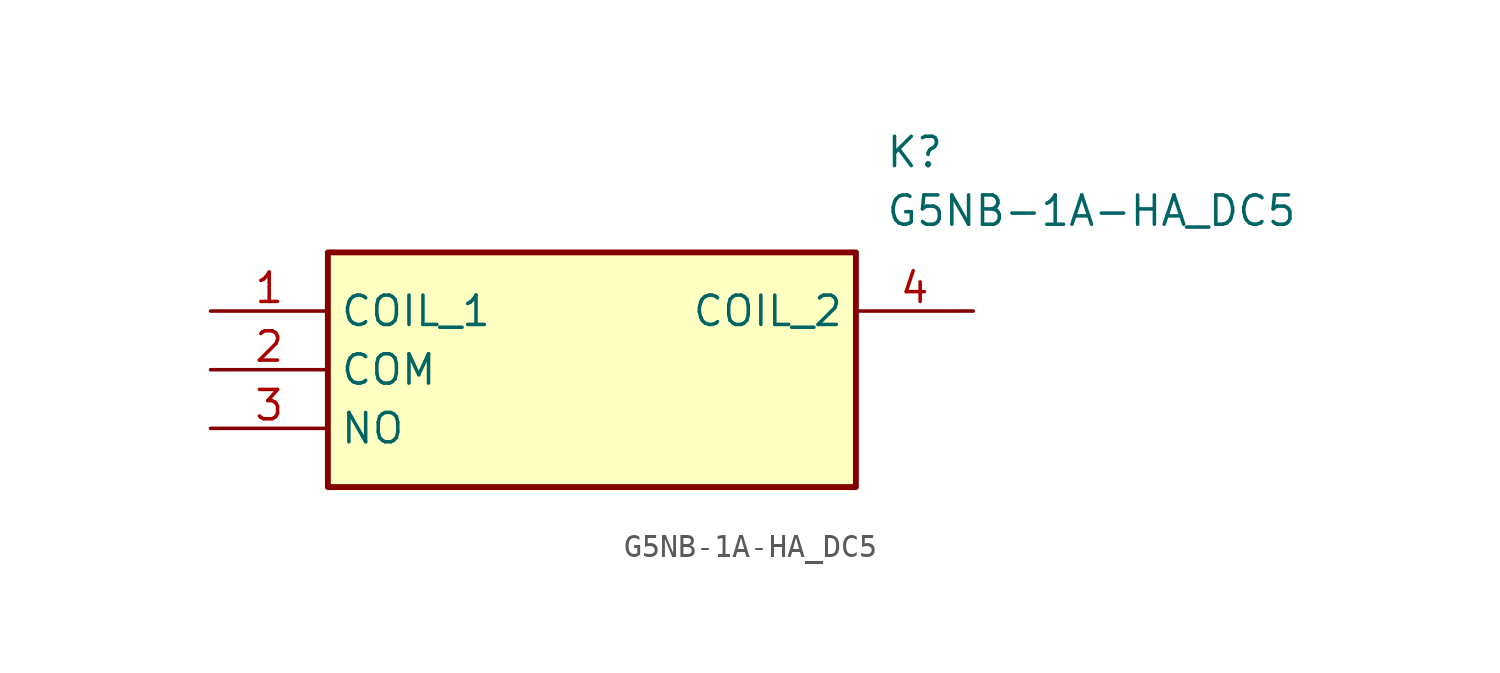
<source format=kicad_sym>
(kicad_symbol_lib
  (version 20211014)
  (generator SamacSys_ECAD_Model)
  (symbol "G5NB-1A-HA_DC5"
    (property "Reference" "K"
      (at 29.21 7.62 0)
      (effects (font (size 1.27 1.27)) (justify left top)))
    (property "Value" "G5NB-1A-HA_DC5"
      (at 29.21 5.08 0)
      (effects (font (size 1.27 1.27)) (justify left top)))
    (rectangle
      (start 5.08 2.54)
      (end 27.94 -7.62)
      (stroke (width 0.254) (type default))
      (fill (type background)))
    (pin passive line
      (at 0 0 0)
      (length 5.08)
      (name "COIL_1" (effects (font (size 1.27 1.27))))
      (number "1" (effects (font (size 1.27 1.27)))))
    (pin passive line
      (at 0 -2.54 0)
      (length 5.08)
      (name "COM" (effects (font (size 1.27 1.27))))
      (number "2" (effects (font (size 1.27 1.27)))))
    (pin passive line
      (at 0 -5.08 0)
      (length 5.08)
      (name "NO" (effects (font (size 1.27 1.27))))
      (number "3" (effects (font (size 1.27 1.27)))))
    (pin passive line
      (at 33.02 0 180)
      (length 5.08)
      (name "COIL_2" (effects (font (size 1.27 1.27))))
      (number "4" (effects (font (size 1.27 1.27)))))))
</source>
